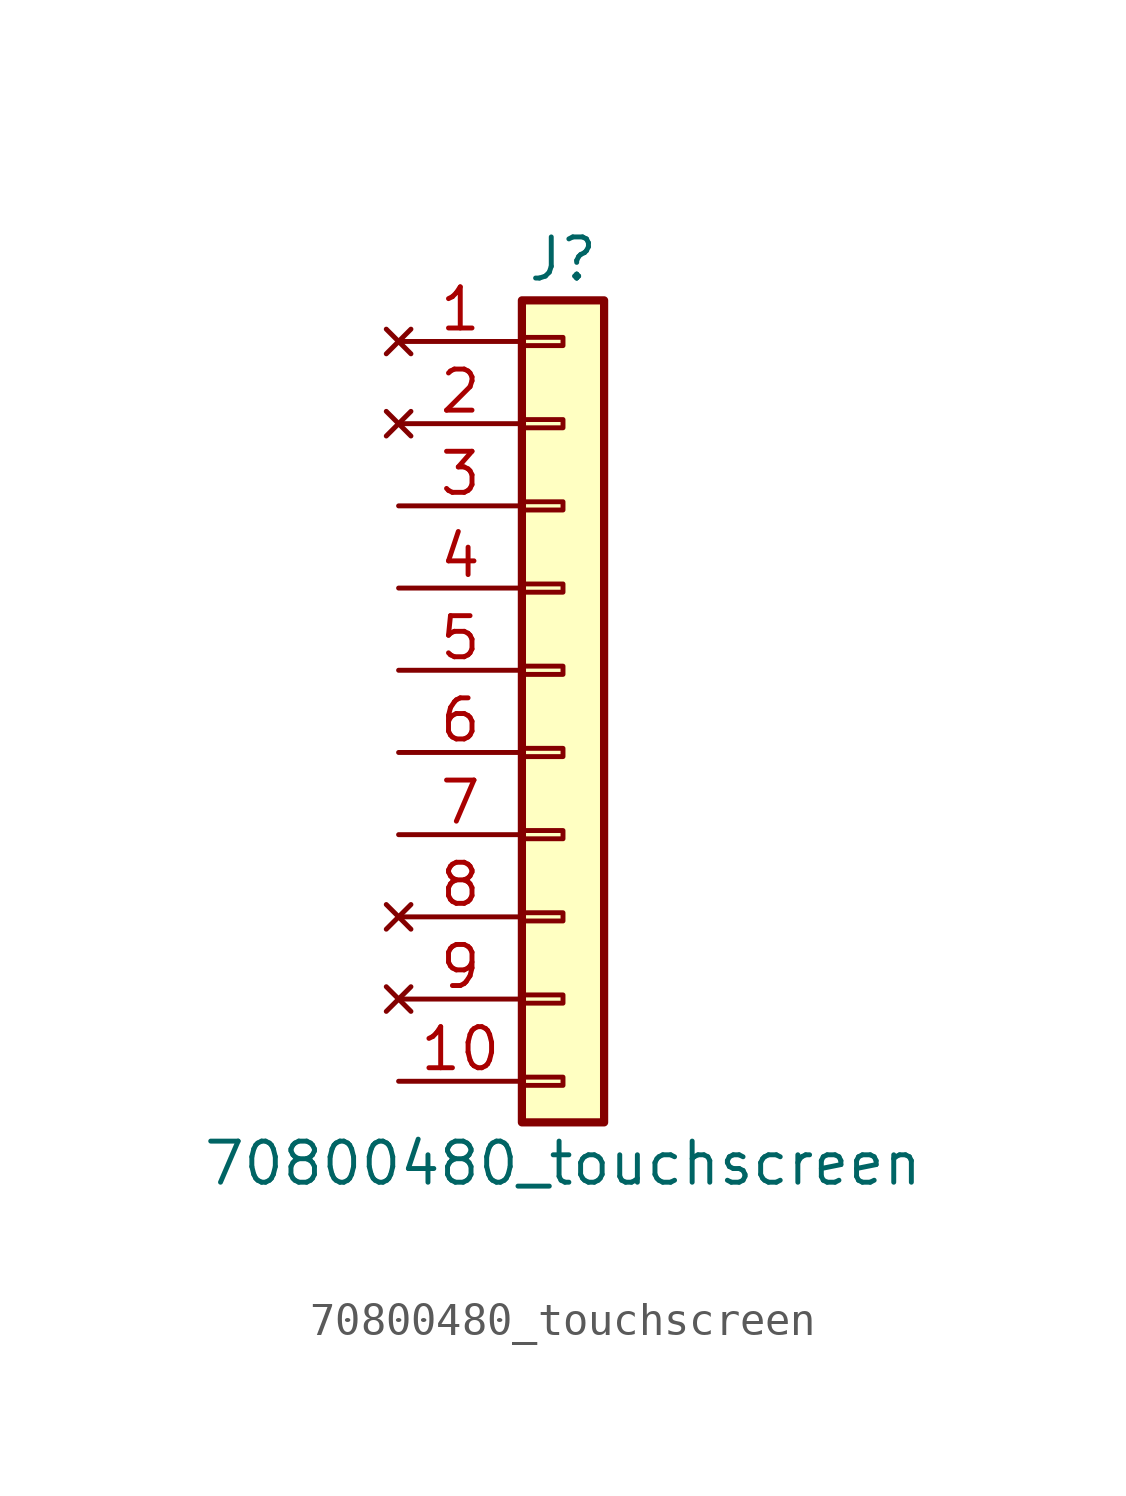
<source format=kicad_sym>
(kicad_symbol_lib
  (version 20211014)
  (generator kicad_symbol_editor)
  (symbol "70800480_touchscreen"
    (pin_names
      (offset 1.016) hide)
    (property "Reference" "J"
      (at 0 12.7 0)
      (effects (font (size 1.27 1.27))))
    (property "Value" "70800480_touchscreen"
      (at 0 -15.24 0)
      (effects (font (size 1.27 1.27))))
    (symbol "70800480_touchscreen_1_1"
      (rectangle (start -1.27 -12.573) (end 0 -12.827) (stroke (width 0.152) (type default) (color 0 0 0 0)) (fill (type none)))
      (rectangle (start -1.27 -10.033) (end 0 -10.287) (stroke (width 0.152) (type default) (color 0 0 0 0)) (fill (type none)))
      (rectangle (start -1.27 -7.493) (end 0 -7.747) (stroke (width 0.152) (type default) (color 0 0 0 0)) (fill (type none)))
      (rectangle (start -1.27 -4.953) (end 0 -5.207) (stroke (width 0.152) (type default) (color 0 0 0 0)) (fill (type none)))
      (rectangle (start -1.27 -2.413) (end 0 -2.667) (stroke (width 0.152) (type default) (color 0 0 0 0)) (fill (type none)))
      (rectangle (start -1.27 0.127) (end 0 -0.127) (stroke (width 0.152) (type default) (color 0 0 0 0)) (fill (type none)))
      (rectangle (start -1.27 2.667) (end 0 2.413) (stroke (width 0.152) (type default) (color 0 0 0 0)) (fill (type none)))
      (rectangle (start -1.27 5.207) (end 0 4.953) (stroke (width 0.152) (type default) (color 0 0 0 0)) (fill (type none)))
      (rectangle (start -1.27 7.747) (end 0 7.493) (stroke (width 0.152) (type default) (color 0 0 0 0)) (fill (type none)))
      (rectangle (start -1.27 10.287) (end 0 10.033) (stroke (width 0.152) (type default) (color 0 0 0 0)) (fill (type none)))
      (rectangle (start -1.27 11.43) (end 1.27 -13.97) (stroke (width 0.254) (type default) (color 0 0 0 0)) (fill (type background)))
      (pin no_connect line (at -5.08 10.16 0) (length 3.81) (name "NC" (effects (font (size 1.27 1.27)))) (number "1" (effects (font (size 1.27 1.27)))))
      (pin power_in line (at -5.08 -12.7 0) (length 3.81) (name "VDD" (effects (font (size 1.27 1.27)))) (number "10" (effects (font (size 1.27 1.27)))))
      (pin no_connect line (at -5.08 7.62 0) (length 3.81) (name "NC" (effects (font (size 1.27 1.27)))) (number "2" (effects (font (size 1.27 1.27)))))
      (pin input line (at -5.08 5.08 0) (length 3.81) (name "RST" (effects (font (size 1.27 1.27)))) (number "3" (effects (font (size 1.27 1.27)))))
      (pin power_in line (at -5.08 2.54 0) (length 3.81) (name "GND" (effects (font (size 1.27 1.27)))) (number "4" (effects (font (size 1.27 1.27)))))
      (pin output line (at -5.08 0 0) (length 3.81) (name "INT" (effects (font (size 1.27 1.27)))) (number "5" (effects (font (size 1.27 1.27)))))
      (pin input line (at -5.08 -2.54 0) (length 3.81) (name "SDA" (effects (font (size 1.27 1.27)))) (number "6" (effects (font (size 1.27 1.27)))))
      (pin input line (at -5.08 -5.08 0) (length 3.81) (name "SCL" (effects (font (size 1.27 1.27)))) (number "7" (effects (font (size 1.27 1.27)))))
      (pin no_connect line (at -5.08 -7.62 0) (length 3.81) (name "NC" (effects (font (size 1.27 1.27)))) (number "8" (effects (font (size 1.27 1.27)))))
      (pin no_connect line (at -5.08 -10.16 0) (length 3.81) (name "NC" (effects (font (size 1.27 1.27)))) (number "9" (effects (font (size 1.27 1.27))))))))
</source>
